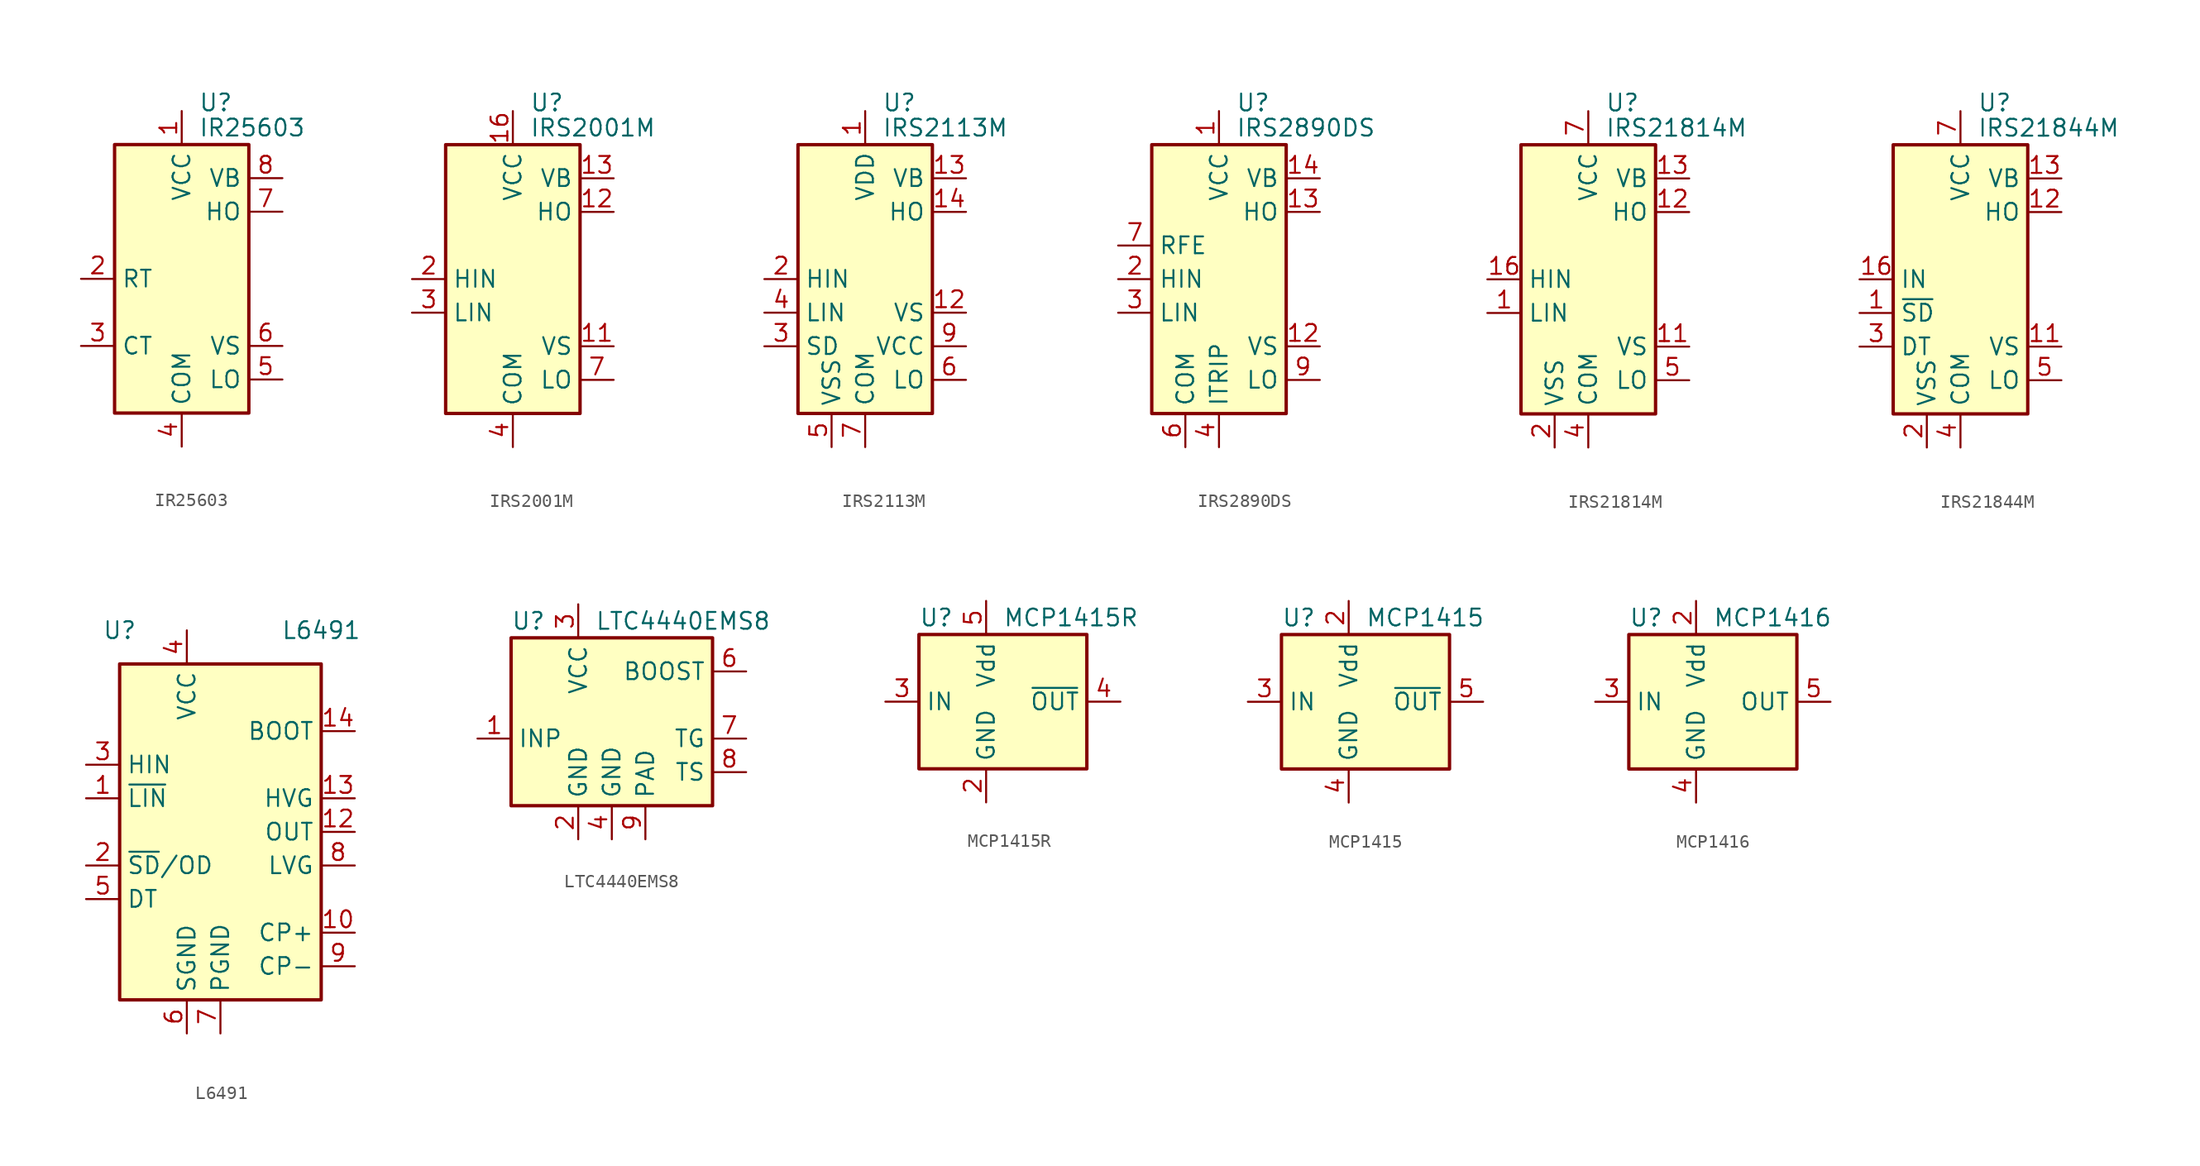
<source format=kicad_sym>
(kicad_symbol_lib
  (version 20200908)
  (generator kicad_symbol_editor)
  (symbol "Driver_FET:IR25603"
    (property "Reference" "U"
      (at 1.27 13.335 0)
      (effects (font (size 1.27 1.27)) (justify left)))
    (property "Value" "IR25603"
      (at 1.27 11.43 0)
      (effects (font (size 1.27 1.27)) (justify left)))
    (symbol "IR25603_0_1"
      (rectangle (start -5.08 -10.16) (end 5.08 10.16) (stroke (width 0.254)) (fill (type background))))
    (symbol "IR25603_1_1"
      (pin power_in line (at 0 12.7 270) (length 2.54) (name "VCC" (effects (font (size 1.27 1.27)))) (number "1" (effects (font (size 1.27 1.27)))))
      (pin passive line (at -7.62 0 0) (length 2.54) (name "RT" (effects (font (size 1.27 1.27)))) (number "2" (effects (font (size 1.27 1.27)))))
      (pin passive line (at -7.62 -5.08 0) (length 2.54) (name "CT" (effects (font (size 1.27 1.27)))) (number "3" (effects (font (size 1.27 1.27)))))
      (pin power_in line (at 0 -12.7 90) (length 2.54) (name "COM" (effects (font (size 1.27 1.27)))) (number "4" (effects (font (size 1.27 1.27)))))
      (pin output line (at 7.62 -7.62 180) (length 2.54) (name "LO" (effects (font (size 1.27 1.27)))) (number "5" (effects (font (size 1.27 1.27)))))
      (pin passive line (at 7.62 -5.08 180) (length 2.54) (name "VS" (effects (font (size 1.27 1.27)))) (number "6" (effects (font (size 1.27 1.27)))))
      (pin output line (at 7.62 5.08 180) (length 2.54) (name "HO" (effects (font (size 1.27 1.27)))) (number "7" (effects (font (size 1.27 1.27)))))
      (pin passive line (at 7.62 7.62 180) (length 2.54) (name "VB" (effects (font (size 1.27 1.27)))) (number "8" (effects (font (size 1.27 1.27)))))))
  (symbol "Driver_FET:IRS2001M"
    (property "Reference" "U"
      (at 1.27 13.335 0)
      (effects (font (size 1.27 1.27)) (justify left)))
    (property "Value" "IRS2001M"
      (at 1.27 11.43 0)
      (effects (font (size 1.27 1.27)) (justify left)))
    (symbol "IRS2001M_0_1"
      (rectangle (start -5.08 -10.16) (end 5.08 10.16) (stroke (width 0.254)) (fill (type background))))
    (symbol "IRS2001M_1_1"
      (pin unconnected line (at -5.08 7.62 0) (length 2.54) hide (name "NC" (effects (font (size 1.27 1.27)))) (number "1" (effects (font (size 1.27 1.27)))))
      (pin passive line (at 7.62 -5.08 180) (length 2.54) (name "VS" (effects (font (size 1.27 1.27)))) (number "11" (effects (font (size 1.27 1.27)))))
      (pin output line (at 7.62 5.08 180) (length 2.54) (name "HO" (effects (font (size 1.27 1.27)))) (number "12" (effects (font (size 1.27 1.27)))))
      (pin passive line (at 7.62 7.62 180) (length 2.54) (name "VB" (effects (font (size 1.27 1.27)))) (number "13" (effects (font (size 1.27 1.27)))))
      (pin unconnected line (at 5.08 -2.54 180) (length 2.54) hide (name "NC" (effects (font (size 1.27 1.27)))) (number "14" (effects (font (size 1.27 1.27)))))
      (pin power_in line (at 0 12.7 270) (length 2.54) (name "VCC" (effects (font (size 1.27 1.27)))) (number "16" (effects (font (size 1.27 1.27)))))
      (pin passive line (at 0 -12.7 90) (length 2.54) hide (name "COM" (effects (font (size 1.27 1.27)))) (number "17" (effects (font (size 1.27 1.27)))))
      (pin input line (at -7.62 0 0) (length 2.54) (name "HIN" (effects (font (size 1.27 1.27)))) (number "2" (effects (font (size 1.27 1.27)))))
      (pin input line (at -7.62 -2.54 0) (length 2.54) (name "LIN" (effects (font (size 1.27 1.27)))) (number "3" (effects (font (size 1.27 1.27)))))
      (pin power_in line (at 0 -12.7 90) (length 2.54) (name "COM" (effects (font (size 1.27 1.27)))) (number "4" (effects (font (size 1.27 1.27)))))
      (pin unconnected line (at -5.08 5.08 0) (length 2.54) hide (name "NC" (effects (font (size 1.27 1.27)))) (number "5" (effects (font (size 1.27 1.27)))))
      (pin unconnected line (at -5.08 2.54 0) (length 2.54) hide (name "NC" (effects (font (size 1.27 1.27)))) (number "6" (effects (font (size 1.27 1.27)))))
      (pin output line (at 7.62 -7.62 180) (length 2.54) (name "LO" (effects (font (size 1.27 1.27)))) (number "7" (effects (font (size 1.27 1.27)))))
      (pin unconnected line (at 5.08 2.54 180) (length 2.54) hide (name "NC" (effects (font (size 1.27 1.27)))) (number "8" (effects (font (size 1.27 1.27)))))
      (pin unconnected line (at 5.08 0 180) (length 2.54) hide (name "NC" (effects (font (size 1.27 1.27)))) (number "9" (effects (font (size 1.27 1.27)))))))
  (symbol "Driver_FET:IRS2113M"
    (property "Reference" "U"
      (at 1.27 13.335 0)
      (effects (font (size 1.27 1.27)) (justify left)))
    (property "Value" "IRS2113M"
      (at 1.27 11.43 0)
      (effects (font (size 1.27 1.27)) (justify left)))
    (symbol "IRS2113M_0_1"
      (rectangle (start -5.08 -10.16) (end 5.08 10.16) (stroke (width 0.254)) (fill (type background))))
    (symbol "IRS2113M_1_1"
      (pin power_in line (at 0 12.7 270) (length 2.54) (name "VDD" (effects (font (size 1.27 1.27)))) (number "1" (effects (font (size 1.27 1.27)))))
      (pin unconnected line (at -5.08 5.08 0) (length 2.54) hide (name "NC" (effects (font (size 1.27 1.27)))) (number "11" (effects (font (size 1.27 1.27)))))
      (pin passive line (at 7.62 -2.54 180) (length 2.54) (name "VS" (effects (font (size 1.27 1.27)))) (number "12" (effects (font (size 1.27 1.27)))))
      (pin passive line (at 7.62 7.62 180) (length 2.54) (name "VB" (effects (font (size 1.27 1.27)))) (number "13" (effects (font (size 1.27 1.27)))))
      (pin output line (at 7.62 5.08 180) (length 2.54) (name "HO" (effects (font (size 1.27 1.27)))) (number "14" (effects (font (size 1.27 1.27)))))
      (pin unconnected line (at -5.08 2.54 0) (length 2.54) hide (name "NC" (effects (font (size 1.27 1.27)))) (number "16" (effects (font (size 1.27 1.27)))))
      (pin passive line (at 0 -12.7 90) (length 2.54) hide (name "COM" (effects (font (size 1.27 1.27)))) (number "17" (effects (font (size 1.27 1.27)))))
      (pin input line (at -7.62 0 0) (length 2.54) (name "HIN" (effects (font (size 1.27 1.27)))) (number "2" (effects (font (size 1.27 1.27)))))
      (pin input line (at -7.62 -5.08 0) (length 2.54) (name "SD" (effects (font (size 1.27 1.27)))) (number "3" (effects (font (size 1.27 1.27)))))
      (pin input line (at -7.62 -2.54 0) (length 2.54) (name "LIN" (effects (font (size 1.27 1.27)))) (number "4" (effects (font (size 1.27 1.27)))))
      (pin power_in line (at -2.54 -12.7 90) (length 2.54) (name "VSS" (effects (font (size 1.27 1.27)))) (number "5" (effects (font (size 1.27 1.27)))))
      (pin output line (at 7.62 -7.62 180) (length 2.54) (name "LO" (effects (font (size 1.27 1.27)))) (number "6" (effects (font (size 1.27 1.27)))))
      (pin power_in line (at 0 -12.7 90) (length 2.54) (name "COM" (effects (font (size 1.27 1.27)))) (number "7" (effects (font (size 1.27 1.27)))))
      (pin unconnected line (at -5.08 7.62 0) (length 2.54) hide (name "NC" (effects (font (size 1.27 1.27)))) (number "8" (effects (font (size 1.27 1.27)))))
      (pin power_in line (at 7.62 -5.08 180) (length 2.54) (name "VCC" (effects (font (size 1.27 1.27)))) (number "9" (effects (font (size 1.27 1.27)))))))
  (symbol "Driver_FET:IRS2890DS"
    (property "Reference" "U"
      (at 1.27 13.335 0)
      (effects (font (size 1.27 1.27)) (justify left)))
    (property "Value" "IRS2890DS"
      (at 1.27 11.43 0)
      (effects (font (size 1.27 1.27)) (justify left)))
    (symbol "IRS2890DS_0_1"
      (rectangle (start -5.08 -10.16) (end 5.08 10.16) (stroke (width 0.254)) (fill (type background))))
    (symbol "IRS2890DS_1_1"
      (pin power_in line (at 0 12.7 270) (length 2.54) (name "VCC" (effects (font (size 1.27 1.27)))) (number "1" (effects (font (size 1.27 1.27)))))
      (pin unconnected line (at 5.08 2.54 180) (length 2.54) hide (name "NC" (effects (font (size 1.27 1.27)))) (number "10" (effects (font (size 1.27 1.27)))))
      (pin unconnected line (at 5.08 0 180) (length 2.54) hide (name "NC" (effects (font (size 1.27 1.27)))) (number "11" (effects (font (size 1.27 1.27)))))
      (pin passive line (at 7.62 -5.08 180) (length 2.54) (name "VS" (effects (font (size 1.27 1.27)))) (number "12" (effects (font (size 1.27 1.27)))))
      (pin output line (at 7.62 5.08 180) (length 2.54) (name "HO" (effects (font (size 1.27 1.27)))) (number "13" (effects (font (size 1.27 1.27)))))
      (pin passive line (at 7.62 7.62 180) (length 2.54) (name "VB" (effects (font (size 1.27 1.27)))) (number "14" (effects (font (size 1.27 1.27)))))
      (pin input line (at -7.62 0 0) (length 2.54) (name "HIN" (effects (font (size 1.27 1.27)))) (number "2" (effects (font (size 1.27 1.27)))))
      (pin input line (at -7.62 -2.54 0) (length 2.54) (name "LIN" (effects (font (size 1.27 1.27)))) (number "3" (effects (font (size 1.27 1.27)))))
      (pin passive line (at 0 -12.7 90) (length 2.54) (name "ITRIP" (effects (font (size 1.27 1.27)))) (number "4" (effects (font (size 1.27 1.27)))))
      (pin unconnected line (at -5.08 7.62 0) (length 2.54) hide (name "NC" (effects (font (size 1.27 1.27)))) (number "5" (effects (font (size 1.27 1.27)))))
      (pin power_in line (at -2.54 -12.7 90) (length 2.54) (name "COM" (effects (font (size 1.27 1.27)))) (number "6" (effects (font (size 1.27 1.27)))))
      (pin open_collector line (at -7.62 2.54 0) (length 2.54) (name "RFE" (effects (font (size 1.27 1.27)))) (number "7" (effects (font (size 1.27 1.27)))))
      (pin unconnected line (at -5.08 5.08 0) (length 2.54) hide (name "NC" (effects (font (size 1.27 1.27)))) (number "8" (effects (font (size 1.27 1.27)))))
      (pin output line (at 7.62 -7.62 180) (length 2.54) (name "LO" (effects (font (size 1.27 1.27)))) (number "9" (effects (font (size 1.27 1.27)))))))
  (symbol "Driver_FET:IRS21814M"
    (property "Reference" "U"
      (at 1.27 13.335 0)
      (effects (font (size 1.27 1.27)) (justify left)))
    (property "Value" "IRS21814M"
      (at 1.27 11.43 0)
      (effects (font (size 1.27 1.27)) (justify left)))
    (symbol "IRS21814M_0_1"
      (rectangle (start -5.08 -10.16) (end 5.08 10.16) (stroke (width 0.254)) (fill (type background))))
    (symbol "IRS21814M_1_1"
      (pin input line (at -7.62 -2.54 0) (length 2.54) (name "LIN" (effects (font (size 1.27 1.27)))) (number "1" (effects (font (size 1.27 1.27)))))
      (pin passive line (at 7.62 -5.08 180) (length 2.54) (name "VS" (effects (font (size 1.27 1.27)))) (number "11" (effects (font (size 1.27 1.27)))))
      (pin output line (at 7.62 5.08 180) (length 2.54) (name "HO" (effects (font (size 1.27 1.27)))) (number "12" (effects (font (size 1.27 1.27)))))
      (pin passive line (at 7.62 7.62 180) (length 2.54) (name "VB" (effects (font (size 1.27 1.27)))) (number "13" (effects (font (size 1.27 1.27)))))
      (pin unconnected line (at 5.08 0 180) (length 2.54) hide (name "NC" (effects (font (size 1.27 1.27)))) (number "14" (effects (font (size 1.27 1.27)))))
      (pin input line (at -7.62 0 0) (length 2.54) (name "HIN" (effects (font (size 1.27 1.27)))) (number "16" (effects (font (size 1.27 1.27)))))
      (pin passive line (at 0 -12.7 90) (length 2.54) hide (name "COM" (effects (font (size 1.27 1.27)))) (number "17" (effects (font (size 1.27 1.27)))))
      (pin power_in line (at -2.54 -12.7 90) (length 2.54) (name "VSS" (effects (font (size 1.27 1.27)))) (number "2" (effects (font (size 1.27 1.27)))))
      (pin unconnected line (at -5.08 7.62 0) (length 2.54) hide (name "NC" (effects (font (size 1.27 1.27)))) (number "3" (effects (font (size 1.27 1.27)))))
      (pin power_in line (at 0 -12.7 90) (length 2.54) (name "COM" (effects (font (size 1.27 1.27)))) (number "4" (effects (font (size 1.27 1.27)))))
      (pin output line (at 7.62 -7.62 180) (length 2.54) (name "LO" (effects (font (size 1.27 1.27)))) (number "5" (effects (font (size 1.27 1.27)))))
      (pin unconnected line (at -5.08 5.08 0) (length 2.54) hide (name "NC" (effects (font (size 1.27 1.27)))) (number "6" (effects (font (size 1.27 1.27)))))
      (pin power_in line (at 0 12.7 270) (length 2.54) (name "VCC" (effects (font (size 1.27 1.27)))) (number "7" (effects (font (size 1.27 1.27)))))
      (pin unconnected line (at -5.08 2.54 0) (length 2.54) hide (name "NC" (effects (font (size 1.27 1.27)))) (number "8" (effects (font (size 1.27 1.27)))))
      (pin unconnected line (at 5.08 2.54 180) (length 2.54) hide (name "NC" (effects (font (size 1.27 1.27)))) (number "9" (effects (font (size 1.27 1.27)))))))
  (symbol "Driver_FET:IRS21844M"
    (property "Reference" "U"
      (at 1.27 13.335 0)
      (effects (font (size 1.27 1.27)) (justify left)))
    (property "Value" "IRS21844M"
      (at 1.27 11.43 0)
      (effects (font (size 1.27 1.27)) (justify left)))
    (symbol "IRS21844M_0_1"
      (rectangle (start -5.08 -10.16) (end 5.08 10.16) (stroke (width 0.254)) (fill (type background))))
    (symbol "IRS21844M_1_1"
      (pin input line (at -7.62 -2.54 0) (length 2.54) (name "~SD" (effects (font (size 1.27 1.27)))) (number "1" (effects (font (size 1.27 1.27)))))
      (pin passive line (at 7.62 -5.08 180) (length 2.54) (name "VS" (effects (font (size 1.27 1.27)))) (number "11" (effects (font (size 1.27 1.27)))))
      (pin output line (at 7.62 5.08 180) (length 2.54) (name "HO" (effects (font (size 1.27 1.27)))) (number "12" (effects (font (size 1.27 1.27)))))
      (pin passive line (at 7.62 7.62 180) (length 2.54) (name "VB" (effects (font (size 1.27 1.27)))) (number "13" (effects (font (size 1.27 1.27)))))
      (pin unconnected line (at 5.08 2.54 180) (length 2.54) hide (name "NC" (effects (font (size 1.27 1.27)))) (number "14" (effects (font (size 1.27 1.27)))))
      (pin input line (at -7.62 0 0) (length 2.54) (name "IN" (effects (font (size 1.27 1.27)))) (number "16" (effects (font (size 1.27 1.27)))))
      (pin passive line (at 0 -12.7 90) (length 2.54) hide (name "COM" (effects (font (size 1.27 1.27)))) (number "17" (effects (font (size 1.27 1.27)))))
      (pin power_in line (at -2.54 -12.7 90) (length 2.54) (name "VSS" (effects (font (size 1.27 1.27)))) (number "2" (effects (font (size 1.27 1.27)))))
      (pin input line (at -7.62 -5.08 0) (length 2.54) (name "DT" (effects (font (size 1.27 1.27)))) (number "3" (effects (font (size 1.27 1.27)))))
      (pin power_in line (at 0 -12.7 90) (length 2.54) (name "COM" (effects (font (size 1.27 1.27)))) (number "4" (effects (font (size 1.27 1.27)))))
      (pin output line (at 7.62 -7.62 180) (length 2.54) (name "LO" (effects (font (size 1.27 1.27)))) (number "5" (effects (font (size 1.27 1.27)))))
      (pin unconnected line (at -5.08 7.62 0) (length 2.54) hide (name "NC" (effects (font (size 1.27 1.27)))) (number "6" (effects (font (size 1.27 1.27)))))
      (pin power_in line (at 0 12.7 270) (length 2.54) (name "VCC" (effects (font (size 1.27 1.27)))) (number "7" (effects (font (size 1.27 1.27)))))
      (pin unconnected line (at -5.08 5.08 0) (length 2.54) hide (name "NC" (effects (font (size 1.27 1.27)))) (number "8" (effects (font (size 1.27 1.27)))))
      (pin unconnected line (at -5.08 2.54 0) (length 2.54) hide (name "NC" (effects (font (size 1.27 1.27)))) (number "9" (effects (font (size 1.27 1.27)))))))
  (symbol "Driver_FET:L6491"
    (property "Reference" "U"
      (at -7.62 15.24 0)
      (effects (font (size 1.27 1.27))))
    (property "Value" "L6491"
      (at 7.62 15.24 0)
      (effects (font (size 1.27 1.27))))
    (symbol "L6491_0_1"
      (rectangle (start -7.62 -12.7) (end 7.62 12.7) (stroke (width 0.254)) (fill (type background))))
    (symbol "L6491_1_1"
      (pin input line (at -10.16 2.54 0) (length 2.54) (name "~LIN" (effects (font (size 1.27 1.27)))) (number "1" (effects (font (size 1.27 1.27)))))
      (pin input line (at 10.16 -7.62 180) (length 2.54) (name "CP+" (effects (font (size 1.27 1.27)))) (number "10" (effects (font (size 1.27 1.27)))))
      (pin unconnected line (at 7.62 -5.08 180) (length 2.54) hide (name "NC" (effects (font (size 1.27 1.27)))) (number "11" (effects (font (size 1.27 1.27)))))
      (pin input line (at 10.16 0 180) (length 2.54) (name "OUT" (effects (font (size 1.27 1.27)))) (number "12" (effects (font (size 1.27 1.27)))))
      (pin output line (at 10.16 2.54 180) (length 2.54) (name "HVG" (effects (font (size 1.27 1.27)))) (number "13" (effects (font (size 1.27 1.27)))))
      (pin passive line (at 10.16 7.62 180) (length 2.54) (name "BOOT" (effects (font (size 1.27 1.27)))) (number "14" (effects (font (size 1.27 1.27)))))
      (pin input line (at -10.16 -2.54 0) (length 2.54) (name "~SD~/OD" (effects (font (size 1.27 1.27)))) (number "2" (effects (font (size 1.27 1.27)))))
      (pin input line (at -10.16 5.08 0) (length 2.54) (name "HIN" (effects (font (size 1.27 1.27)))) (number "3" (effects (font (size 1.27 1.27)))))
      (pin power_in line (at -2.54 15.24 270) (length 2.54) (name "VCC" (effects (font (size 1.27 1.27)))) (number "4" (effects (font (size 1.27 1.27)))))
      (pin input line (at -10.16 -5.08 0) (length 2.54) (name "DT" (effects (font (size 1.27 1.27)))) (number "5" (effects (font (size 1.27 1.27)))))
      (pin power_in line (at -2.54 -15.24 90) (length 2.54) (name "SGND" (effects (font (size 1.27 1.27)))) (number "6" (effects (font (size 1.27 1.27)))))
      (pin power_in line (at 0 -15.24 90) (length 2.54) (name "PGND" (effects (font (size 1.27 1.27)))) (number "7" (effects (font (size 1.27 1.27)))))
      (pin output line (at 10.16 -2.54 180) (length 2.54) (name "LVG" (effects (font (size 1.27 1.27)))) (number "8" (effects (font (size 1.27 1.27)))))
      (pin input line (at 10.16 -10.16 180) (length 2.54) (name "CP-" (effects (font (size 1.27 1.27)))) (number "9" (effects (font (size 1.27 1.27)))))))
  (symbol "Driver_FET:LTC4440EMS8"
    (property "Reference" "U"
      (at -7.62 8.89 0)
      (effects (font (size 1.27 1.27)) (justify left)))
    (property "Value" "LTC4440EMS8"
      (at -1.27 8.89 0)
      (effects (font (size 1.27 1.27)) (justify left)))
    (symbol "LTC4440EMS8_0_1"
      (rectangle (start -7.62 7.62) (end 7.62 -5.08) (stroke (width 0.254)) (fill (type background))))
    (symbol "LTC4440EMS8_1_1"
      (pin input line (at -10.16 0 0) (length 2.54) (name "INP" (effects (font (size 1.27 1.27)))) (number "1" (effects (font (size 1.27 1.27)))))
      (pin power_in line (at -2.54 -7.62 90) (length 2.54) (name "GND" (effects (font (size 1.27 1.27)))) (number "2" (effects (font (size 1.27 1.27)))))
      (pin power_in line (at -2.54 10.16 270) (length 2.54) (name "VCC" (effects (font (size 1.27 1.27)))) (number "3" (effects (font (size 1.27 1.27)))))
      (pin power_in line (at 0 -7.62 90) (length 2.54) (name "GND" (effects (font (size 1.27 1.27)))) (number "4" (effects (font (size 1.27 1.27)))))
      (pin unconnected line (at -5.08 -5.08 90) (length 2.54) hide (name "NC" (effects (font (size 1.27 1.27)))) (number "5" (effects (font (size 1.27 1.27)))))
      (pin input line (at 10.16 5.08 180) (length 2.54) (name "BOOST" (effects (font (size 1.27 1.27)))) (number "6" (effects (font (size 1.27 1.27)))))
      (pin output line (at 10.16 0 180) (length 2.54) (name "TG" (effects (font (size 1.27 1.27)))) (number "7" (effects (font (size 1.27 1.27)))))
      (pin input line (at 10.16 -2.54 180) (length 2.54) (name "TS" (effects (font (size 1.27 1.27)))) (number "8" (effects (font (size 1.27 1.27)))))
      (pin power_in line (at 2.54 -7.62 90) (length 2.54) (name "PAD" (effects (font (size 1.27 1.27)))) (number "9" (effects (font (size 1.27 1.27)))))))
  (symbol "Driver_FET:MCP1415R"
    (property "Reference" "U"
      (at -5.08 6.35 0)
      (effects (font (size 1.27 1.27)) (justify left)))
    (property "Value" "MCP1415R"
      (at 1.27 6.35 0)
      (effects (font (size 1.27 1.27)) (justify left)))
    (symbol "MCP1415R_0_1"
      (rectangle (start -5.08 5.08) (end 7.62 -5.08) (stroke (width 0.254)) (fill (type background))))
    (symbol "MCP1415R_1_1"
      (pin unconnected line (at 7.62 -2.54 180) (length 2.54) hide (name "NC" (effects (font (size 1.27 1.27)))) (number "1" (effects (font (size 1.27 1.27)))))
      (pin power_in line (at 0 -7.62 90) (length 2.54) (name "GND" (effects (font (size 1.27 1.27)))) (number "2" (effects (font (size 1.27 1.27)))))
      (pin input line (at -7.62 0 0) (length 2.54) (name "IN" (effects (font (size 1.27 1.27)))) (number "3" (effects (font (size 1.27 1.27)))))
      (pin output line (at 10.16 0 180) (length 2.54) (name "~OUT" (effects (font (size 1.27 1.27)))) (number "4" (effects (font (size 1.27 1.27)))))
      (pin power_in line (at 0 7.62 270) (length 2.54) (name "Vdd" (effects (font (size 1.27 1.27)))) (number "5" (effects (font (size 1.27 1.27)))))))
  (symbol "Driver_FET:MCP1415"
    (property "Reference" "U"
      (at -5.08 6.35 0)
      (effects (font (size 1.27 1.27)) (justify left)))
    (property "Value" "MCP1415"
      (at 1.27 6.35 0)
      (effects (font (size 1.27 1.27)) (justify left)))
    (symbol "MCP1415_0_1"
      (rectangle (start -5.08 5.08) (end 7.62 -5.08) (stroke (width 0.254)) (fill (type background))))
    (symbol "MCP1415_1_1"
      (pin unconnected line (at 7.62 -2.54 180) (length 2.54) hide (name "NC" (effects (font (size 1.27 1.27)))) (number "1" (effects (font (size 1.27 1.27)))))
      (pin power_in line (at 0 7.62 270) (length 2.54) (name "Vdd" (effects (font (size 1.27 1.27)))) (number "2" (effects (font (size 1.27 1.27)))))
      (pin input line (at -7.62 0 0) (length 2.54) (name "IN" (effects (font (size 1.27 1.27)))) (number "3" (effects (font (size 1.27 1.27)))))
      (pin power_in line (at 0 -7.62 90) (length 2.54) (name "GND" (effects (font (size 1.27 1.27)))) (number "4" (effects (font (size 1.27 1.27)))))
      (pin output line (at 10.16 0 180) (length 2.54) (name "~OUT" (effects (font (size 1.27 1.27)))) (number "5" (effects (font (size 1.27 1.27)))))))
  (symbol "Driver_FET:MCP1416"
    (property "Reference" "U"
      (at -5.08 6.35 0)
      (effects (font (size 1.27 1.27)) (justify left)))
    (property "Value" "MCP1416"
      (at 1.27 6.35 0)
      (effects (font (size 1.27 1.27)) (justify left)))
    (symbol "MCP1416_0_1"
      (rectangle (start -5.08 5.08) (end 7.62 -5.08) (stroke (width 0.254)) (fill (type background))))
    (symbol "MCP1416_1_1"
      (pin unconnected line (at 7.62 -2.54 180) (length 2.54) hide (name "NC" (effects (font (size 1.27 1.27)))) (number "1" (effects (font (size 1.27 1.27)))))
      (pin power_in line (at 0 7.62 270) (length 2.54) (name "Vdd" (effects (font (size 1.27 1.27)))) (number "2" (effects (font (size 1.27 1.27)))))
      (pin input line (at -7.62 0 0) (length 2.54) (name "IN" (effects (font (size 1.27 1.27)))) (number "3" (effects (font (size 1.27 1.27)))))
      (pin power_in line (at 0 -7.62 90) (length 2.54) (name "GND" (effects (font (size 1.27 1.27)))) (number "4" (effects (font (size 1.27 1.27)))))
      (pin output line (at 10.16 0 180) (length 2.54) (name "OUT" (effects (font (size 1.27 1.27)))) (number "5" (effects (font (size 1.27 1.27))))))))
</source>
